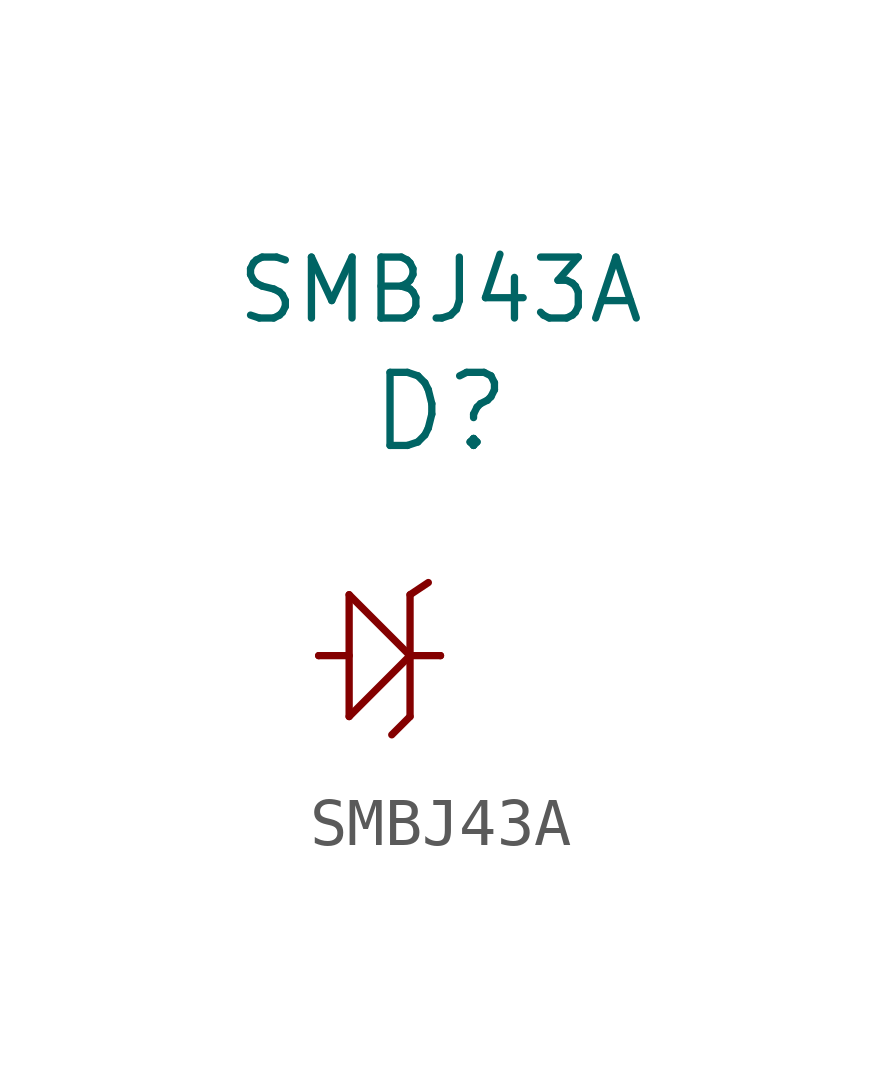
<source format=kicad_sym>
(kicad_symbol_lib
  (version 20220914)
  (generator kicad_symbol_editor)
  (symbol "SMBJ43A"
    (pin_numbers hide)
    (pin_names
      (offset 1.016) hide)
    (property "Reference" "D"
      (at 2.54 5.08 0)
      (effects (font (size 1.524 1.524))))
    (property "Value" "SMBJ43A"
      (at 2.54 7.62 0)
      (effects (font (size 1.27 1.27))))
    (symbol "SMBJ43A_0_1"
      (polyline (pts (xy 0.635 0) (xy 0 0)) (stroke (width 0) (type solid)) (fill (type none)))
      (polyline (pts (xy 0.635 1.27) (xy 0.635 -1.27)) (stroke (width 0) (type solid)) (fill (type none)))
      (polyline (pts (xy 1.905 -1.27) (xy 1.524 -1.651)) (stroke (width 0) (type solid)) (fill (type none)))
      (polyline (pts (xy 1.905 1.27) (xy 1.905 -1.27)) (stroke (width 0) (type solid)) (fill (type none)))
      (polyline (pts (xy 2.286 1.524) (xy 1.905 1.27)) (stroke (width 0) (type solid)) (fill (type none)))
      (polyline (pts (xy 2.54 0) (xy 1.905 0)) (stroke (width 0) (type solid)) (fill (type none)))
      (polyline (pts (xy 0.635 1.27) (xy 1.905 0) (xy 0.635 -1.27)) (stroke (width 0) (type solid)) (fill (type none))))
    (symbol "SMBJ43A_1_1"
      (pin passive line (at 0 0 0) (length 0) (name "A" (effects (font (size 1.27 1.27)))) (number "A" (effects (font (size 1.27 1.27)))))
      (pin passive line (at 2.54 0 180) (length 0) (name "C" (effects (font (size 1.27 1.27)))) (number "C" (effects (font (size 1.27 1.27))))))))
</source>
